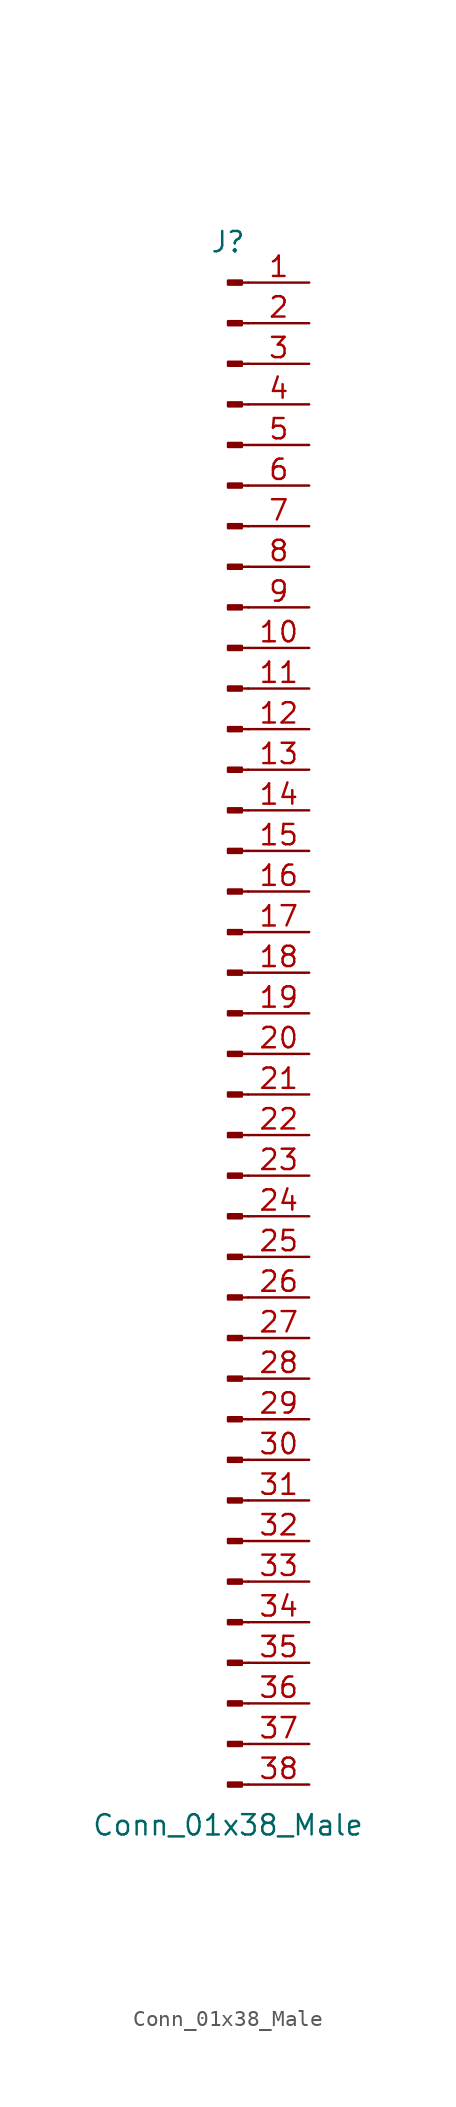
<source format=kicad_sym>
(kicad_symbol_lib
  (version 20211014)
  (generator kicad_symbol_editor)
  (symbol "Conn_01x38_Male"
    (pin_names
      (offset 1.016) hide)
    (property "Reference" "J"
      (at 0 48.26 0)
      (effects (font (size 1.27 1.27))))
    (property "Value" "Conn_01x38_Male"
      (at 0 -50.8 0)
      (effects (font (size 1.27 1.27))))
    (symbol "Conn_01x38_Male_1_1"
      (polyline (pts (xy 1.27 -48.26) (xy 0.864 -48.26)) (stroke (width 0.152) (type default) (color 0 0 0 0)) (fill (type none)))
      (polyline (pts (xy 1.27 -45.72) (xy 0.864 -45.72)) (stroke (width 0.152) (type default) (color 0 0 0 0)) (fill (type none)))
      (polyline (pts (xy 1.27 -43.18) (xy 0.864 -43.18)) (stroke (width 0.152) (type default) (color 0 0 0 0)) (fill (type none)))
      (polyline (pts (xy 1.27 -40.64) (xy 0.864 -40.64)) (stroke (width 0.152) (type default) (color 0 0 0 0)) (fill (type none)))
      (polyline (pts (xy 1.27 -38.1) (xy 0.864 -38.1)) (stroke (width 0.152) (type default) (color 0 0 0 0)) (fill (type none)))
      (polyline (pts (xy 1.27 -35.56) (xy 0.864 -35.56)) (stroke (width 0.152) (type default) (color 0 0 0 0)) (fill (type none)))
      (polyline (pts (xy 1.27 -33.02) (xy 0.864 -33.02)) (stroke (width 0.152) (type default) (color 0 0 0 0)) (fill (type none)))
      (polyline (pts (xy 1.27 -30.48) (xy 0.864 -30.48)) (stroke (width 0.152) (type default) (color 0 0 0 0)) (fill (type none)))
      (polyline (pts (xy 1.27 -27.94) (xy 0.864 -27.94)) (stroke (width 0.152) (type default) (color 0 0 0 0)) (fill (type none)))
      (polyline (pts (xy 1.27 -25.4) (xy 0.864 -25.4)) (stroke (width 0.152) (type default) (color 0 0 0 0)) (fill (type none)))
      (polyline (pts (xy 1.27 -22.86) (xy 0.864 -22.86)) (stroke (width 0.152) (type default) (color 0 0 0 0)) (fill (type none)))
      (polyline (pts (xy 1.27 -20.32) (xy 0.864 -20.32)) (stroke (width 0.152) (type default) (color 0 0 0 0)) (fill (type none)))
      (polyline (pts (xy 1.27 -17.78) (xy 0.864 -17.78)) (stroke (width 0.152) (type default) (color 0 0 0 0)) (fill (type none)))
      (polyline (pts (xy 1.27 -15.24) (xy 0.864 -15.24)) (stroke (width 0.152) (type default) (color 0 0 0 0)) (fill (type none)))
      (polyline (pts (xy 1.27 -12.7) (xy 0.864 -12.7)) (stroke (width 0.152) (type default) (color 0 0 0 0)) (fill (type none)))
      (polyline (pts (xy 1.27 -10.16) (xy 0.864 -10.16)) (stroke (width 0.152) (type default) (color 0 0 0 0)) (fill (type none)))
      (polyline (pts (xy 1.27 -7.62) (xy 0.864 -7.62)) (stroke (width 0.152) (type default) (color 0 0 0 0)) (fill (type none)))
      (polyline (pts (xy 1.27 -5.08) (xy 0.864 -5.08)) (stroke (width 0.152) (type default) (color 0 0 0 0)) (fill (type none)))
      (polyline (pts (xy 1.27 -2.54) (xy 0.864 -2.54)) (stroke (width 0.152) (type default) (color 0 0 0 0)) (fill (type none)))
      (polyline (pts (xy 1.27 0) (xy 0.864 0)) (stroke (width 0.152) (type default) (color 0 0 0 0)) (fill (type none)))
      (polyline (pts (xy 1.27 2.54) (xy 0.864 2.54)) (stroke (width 0.152) (type default) (color 0 0 0 0)) (fill (type none)))
      (polyline (pts (xy 1.27 5.08) (xy 0.864 5.08)) (stroke (width 0.152) (type default) (color 0 0 0 0)) (fill (type none)))
      (polyline (pts (xy 1.27 7.62) (xy 0.864 7.62)) (stroke (width 0.152) (type default) (color 0 0 0 0)) (fill (type none)))
      (polyline (pts (xy 1.27 10.16) (xy 0.864 10.16)) (stroke (width 0.152) (type default) (color 0 0 0 0)) (fill (type none)))
      (polyline (pts (xy 1.27 12.7) (xy 0.864 12.7)) (stroke (width 0.152) (type default) (color 0 0 0 0)) (fill (type none)))
      (polyline (pts (xy 1.27 15.24) (xy 0.864 15.24)) (stroke (width 0.152) (type default) (color 0 0 0 0)) (fill (type none)))
      (polyline (pts (xy 1.27 17.78) (xy 0.864 17.78)) (stroke (width 0.152) (type default) (color 0 0 0 0)) (fill (type none)))
      (polyline (pts (xy 1.27 20.32) (xy 0.864 20.32)) (stroke (width 0.152) (type default) (color 0 0 0 0)) (fill (type none)))
      (polyline (pts (xy 1.27 22.86) (xy 0.864 22.86)) (stroke (width 0.152) (type default) (color 0 0 0 0)) (fill (type none)))
      (polyline (pts (xy 1.27 25.4) (xy 0.864 25.4)) (stroke (width 0.152) (type default) (color 0 0 0 0)) (fill (type none)))
      (polyline (pts (xy 1.27 27.94) (xy 0.864 27.94)) (stroke (width 0.152) (type default) (color 0 0 0 0)) (fill (type none)))
      (polyline (pts (xy 1.27 30.48) (xy 0.864 30.48)) (stroke (width 0.152) (type default) (color 0 0 0 0)) (fill (type none)))
      (polyline (pts (xy 1.27 33.02) (xy 0.864 33.02)) (stroke (width 0.152) (type default) (color 0 0 0 0)) (fill (type none)))
      (polyline (pts (xy 1.27 35.56) (xy 0.864 35.56)) (stroke (width 0.152) (type default) (color 0 0 0 0)) (fill (type none)))
      (polyline (pts (xy 1.27 38.1) (xy 0.864 38.1)) (stroke (width 0.152) (type default) (color 0 0 0 0)) (fill (type none)))
      (polyline (pts (xy 1.27 40.64) (xy 0.864 40.64)) (stroke (width 0.152) (type default) (color 0 0 0 0)) (fill (type none)))
      (polyline (pts (xy 1.27 43.18) (xy 0.864 43.18)) (stroke (width 0.152) (type default) (color 0 0 0 0)) (fill (type none)))
      (polyline (pts (xy 1.27 45.72) (xy 0.864 45.72)) (stroke (width 0.152) (type default) (color 0 0 0 0)) (fill (type none)))
      (rectangle (start 0.864 -48.133) (end 0 -48.387) (stroke (width 0.152) (type default) (color 0 0 0 0)) (fill (type outline)))
      (rectangle (start 0.864 -45.593) (end 0 -45.847) (stroke (width 0.152) (type default) (color 0 0 0 0)) (fill (type outline)))
      (rectangle (start 0.864 -43.053) (end 0 -43.307) (stroke (width 0.152) (type default) (color 0 0 0 0)) (fill (type outline)))
      (rectangle (start 0.864 -40.513) (end 0 -40.767) (stroke (width 0.152) (type default) (color 0 0 0 0)) (fill (type outline)))
      (rectangle (start 0.864 -37.973) (end 0 -38.227) (stroke (width 0.152) (type default) (color 0 0 0 0)) (fill (type outline)))
      (rectangle (start 0.864 -35.433) (end 0 -35.687) (stroke (width 0.152) (type default) (color 0 0 0 0)) (fill (type outline)))
      (rectangle (start 0.864 -32.893) (end 0 -33.147) (stroke (width 0.152) (type default) (color 0 0 0 0)) (fill (type outline)))
      (rectangle (start 0.864 -30.353) (end 0 -30.607) (stroke (width 0.152) (type default) (color 0 0 0 0)) (fill (type outline)))
      (rectangle (start 0.864 -27.813) (end 0 -28.067) (stroke (width 0.152) (type default) (color 0 0 0 0)) (fill (type outline)))
      (rectangle (start 0.864 -25.273) (end 0 -25.527) (stroke (width 0.152) (type default) (color 0 0 0 0)) (fill (type outline)))
      (rectangle (start 0.864 -22.733) (end 0 -22.987) (stroke (width 0.152) (type default) (color 0 0 0 0)) (fill (type outline)))
      (rectangle (start 0.864 -20.193) (end 0 -20.447) (stroke (width 0.152) (type default) (color 0 0 0 0)) (fill (type outline)))
      (rectangle (start 0.864 -17.653) (end 0 -17.907) (stroke (width 0.152) (type default) (color 0 0 0 0)) (fill (type outline)))
      (rectangle (start 0.864 -15.113) (end 0 -15.367) (stroke (width 0.152) (type default) (color 0 0 0 0)) (fill (type outline)))
      (rectangle (start 0.864 -12.573) (end 0 -12.827) (stroke (width 0.152) (type default) (color 0 0 0 0)) (fill (type outline)))
      (rectangle (start 0.864 -10.033) (end 0 -10.287) (stroke (width 0.152) (type default) (color 0 0 0 0)) (fill (type outline)))
      (rectangle (start 0.864 -7.493) (end 0 -7.747) (stroke (width 0.152) (type default) (color 0 0 0 0)) (fill (type outline)))
      (rectangle (start 0.864 -4.953) (end 0 -5.207) (stroke (width 0.152) (type default) (color 0 0 0 0)) (fill (type outline)))
      (rectangle (start 0.864 -2.413) (end 0 -2.667) (stroke (width 0.152) (type default) (color 0 0 0 0)) (fill (type outline)))
      (rectangle (start 0.864 0.127) (end 0 -0.127) (stroke (width 0.152) (type default) (color 0 0 0 0)) (fill (type outline)))
      (rectangle (start 0.864 2.667) (end 0 2.413) (stroke (width 0.152) (type default) (color 0 0 0 0)) (fill (type outline)))
      (rectangle (start 0.864 5.207) (end 0 4.953) (stroke (width 0.152) (type default) (color 0 0 0 0)) (fill (type outline)))
      (rectangle (start 0.864 7.747) (end 0 7.493) (stroke (width 0.152) (type default) (color 0 0 0 0)) (fill (type outline)))
      (rectangle (start 0.864 10.287) (end 0 10.033) (stroke (width 0.152) (type default) (color 0 0 0 0)) (fill (type outline)))
      (rectangle (start 0.864 12.827) (end 0 12.573) (stroke (width 0.152) (type default) (color 0 0 0 0)) (fill (type outline)))
      (rectangle (start 0.864 15.367) (end 0 15.113) (stroke (width 0.152) (type default) (color 0 0 0 0)) (fill (type outline)))
      (rectangle (start 0.864 17.907) (end 0 17.653) (stroke (width 0.152) (type default) (color 0 0 0 0)) (fill (type outline)))
      (rectangle (start 0.864 20.447) (end 0 20.193) (stroke (width 0.152) (type default) (color 0 0 0 0)) (fill (type outline)))
      (rectangle (start 0.864 22.987) (end 0 22.733) (stroke (width 0.152) (type default) (color 0 0 0 0)) (fill (type outline)))
      (rectangle (start 0.864 25.527) (end 0 25.273) (stroke (width 0.152) (type default) (color 0 0 0 0)) (fill (type outline)))
      (rectangle (start 0.864 28.067) (end 0 27.813) (stroke (width 0.152) (type default) (color 0 0 0 0)) (fill (type outline)))
      (rectangle (start 0.864 30.607) (end 0 30.353) (stroke (width 0.152) (type default) (color 0 0 0 0)) (fill (type outline)))
      (rectangle (start 0.864 33.147) (end 0 32.893) (stroke (width 0.152) (type default) (color 0 0 0 0)) (fill (type outline)))
      (rectangle (start 0.864 35.687) (end 0 35.433) (stroke (width 0.152) (type default) (color 0 0 0 0)) (fill (type outline)))
      (rectangle (start 0.864 38.227) (end 0 37.973) (stroke (width 0.152) (type default) (color 0 0 0 0)) (fill (type outline)))
      (rectangle (start 0.864 40.767) (end 0 40.513) (stroke (width 0.152) (type default) (color 0 0 0 0)) (fill (type outline)))
      (rectangle (start 0.864 43.307) (end 0 43.053) (stroke (width 0.152) (type default) (color 0 0 0 0)) (fill (type outline)))
      (rectangle (start 0.864 45.847) (end 0 45.593) (stroke (width 0.152) (type default) (color 0 0 0 0)) (fill (type outline)))
      (pin passive line (at 5.08 45.72 180) (length 3.81) (name "Pin_1" (effects (font (size 1.27 1.27)))) (number "1" (effects (font (size 1.27 1.27)))))
      (pin passive line (at 5.08 22.86 180) (length 3.81) (name "Pin_10" (effects (font (size 1.27 1.27)))) (number "10" (effects (font (size 1.27 1.27)))))
      (pin passive line (at 5.08 20.32 180) (length 3.81) (name "Pin_11" (effects (font (size 1.27 1.27)))) (number "11" (effects (font (size 1.27 1.27)))))
      (pin passive line (at 5.08 17.78 180) (length 3.81) (name "Pin_12" (effects (font (size 1.27 1.27)))) (number "12" (effects (font (size 1.27 1.27)))))
      (pin passive line (at 5.08 15.24 180) (length 3.81) (name "Pin_13" (effects (font (size 1.27 1.27)))) (number "13" (effects (font (size 1.27 1.27)))))
      (pin passive line (at 5.08 12.7 180) (length 3.81) (name "Pin_14" (effects (font (size 1.27 1.27)))) (number "14" (effects (font (size 1.27 1.27)))))
      (pin passive line (at 5.08 10.16 180) (length 3.81) (name "Pin_15" (effects (font (size 1.27 1.27)))) (number "15" (effects (font (size 1.27 1.27)))))
      (pin passive line (at 5.08 7.62 180) (length 3.81) (name "Pin_16" (effects (font (size 1.27 1.27)))) (number "16" (effects (font (size 1.27 1.27)))))
      (pin passive line (at 5.08 5.08 180) (length 3.81) (name "Pin_17" (effects (font (size 1.27 1.27)))) (number "17" (effects (font (size 1.27 1.27)))))
      (pin passive line (at 5.08 2.54 180) (length 3.81) (name "Pin_18" (effects (font (size 1.27 1.27)))) (number "18" (effects (font (size 1.27 1.27)))))
      (pin passive line (at 5.08 0 180) (length 3.81) (name "Pin_19" (effects (font (size 1.27 1.27)))) (number "19" (effects (font (size 1.27 1.27)))))
      (pin passive line (at 5.08 43.18 180) (length 3.81) (name "Pin_2" (effects (font (size 1.27 1.27)))) (number "2" (effects (font (size 1.27 1.27)))))
      (pin passive line (at 5.08 -2.54 180) (length 3.81) (name "Pin_20" (effects (font (size 1.27 1.27)))) (number "20" (effects (font (size 1.27 1.27)))))
      (pin passive line (at 5.08 -5.08 180) (length 3.81) (name "Pin_21" (effects (font (size 1.27 1.27)))) (number "21" (effects (font (size 1.27 1.27)))))
      (pin passive line (at 5.08 -7.62 180) (length 3.81) (name "Pin_22" (effects (font (size 1.27 1.27)))) (number "22" (effects (font (size 1.27 1.27)))))
      (pin passive line (at 5.08 -10.16 180) (length 3.81) (name "Pin_23" (effects (font (size 1.27 1.27)))) (number "23" (effects (font (size 1.27 1.27)))))
      (pin passive line (at 5.08 -12.7 180) (length 3.81) (name "Pin_24" (effects (font (size 1.27 1.27)))) (number "24" (effects (font (size 1.27 1.27)))))
      (pin passive line (at 5.08 -15.24 180) (length 3.81) (name "Pin_25" (effects (font (size 1.27 1.27)))) (number "25" (effects (font (size 1.27 1.27)))))
      (pin passive line (at 5.08 -17.78 180) (length 3.81) (name "Pin_26" (effects (font (size 1.27 1.27)))) (number "26" (effects (font (size 1.27 1.27)))))
      (pin passive line (at 5.08 -20.32 180) (length 3.81) (name "Pin_27" (effects (font (size 1.27 1.27)))) (number "27" (effects (font (size 1.27 1.27)))))
      (pin passive line (at 5.08 -22.86 180) (length 3.81) (name "Pin_28" (effects (font (size 1.27 1.27)))) (number "28" (effects (font (size 1.27 1.27)))))
      (pin passive line (at 5.08 -25.4 180) (length 3.81) (name "Pin_29" (effects (font (size 1.27 1.27)))) (number "29" (effects (font (size 1.27 1.27)))))
      (pin passive line (at 5.08 40.64 180) (length 3.81) (name "Pin_3" (effects (font (size 1.27 1.27)))) (number "3" (effects (font (size 1.27 1.27)))))
      (pin passive line (at 5.08 -27.94 180) (length 3.81) (name "Pin_30" (effects (font (size 1.27 1.27)))) (number "30" (effects (font (size 1.27 1.27)))))
      (pin passive line (at 5.08 -30.48 180) (length 3.81) (name "Pin_31" (effects (font (size 1.27 1.27)))) (number "31" (effects (font (size 1.27 1.27)))))
      (pin passive line (at 5.08 -33.02 180) (length 3.81) (name "Pin_32" (effects (font (size 1.27 1.27)))) (number "32" (effects (font (size 1.27 1.27)))))
      (pin passive line (at 5.08 -35.56 180) (length 3.81) (name "Pin_33" (effects (font (size 1.27 1.27)))) (number "33" (effects (font (size 1.27 1.27)))))
      (pin passive line (at 5.08 -38.1 180) (length 3.81) (name "Pin_34" (effects (font (size 1.27 1.27)))) (number "34" (effects (font (size 1.27 1.27)))))
      (pin passive line (at 5.08 -40.64 180) (length 3.81) (name "Pin_35" (effects (font (size 1.27 1.27)))) (number "35" (effects (font (size 1.27 1.27)))))
      (pin passive line (at 5.08 -43.18 180) (length 3.81) (name "Pin_36" (effects (font (size 1.27 1.27)))) (number "36" (effects (font (size 1.27 1.27)))))
      (pin passive line (at 5.08 -45.72 180) (length 3.81) (name "Pin_37" (effects (font (size 1.27 1.27)))) (number "37" (effects (font (size 1.27 1.27)))))
      (pin passive line (at 5.08 -48.26 180) (length 3.81) (name "Pin_38" (effects (font (size 1.27 1.27)))) (number "38" (effects (font (size 1.27 1.27)))))
      (pin passive line (at 5.08 38.1 180) (length 3.81) (name "Pin_4" (effects (font (size 1.27 1.27)))) (number "4" (effects (font (size 1.27 1.27)))))
      (pin passive line (at 5.08 35.56 180) (length 3.81) (name "Pin_5" (effects (font (size 1.27 1.27)))) (number "5" (effects (font (size 1.27 1.27)))))
      (pin passive line (at 5.08 33.02 180) (length 3.81) (name "Pin_6" (effects (font (size 1.27 1.27)))) (number "6" (effects (font (size 1.27 1.27)))))
      (pin passive line (at 5.08 30.48 180) (length 3.81) (name "Pin_7" (effects (font (size 1.27 1.27)))) (number "7" (effects (font (size 1.27 1.27)))))
      (pin passive line (at 5.08 27.94 180) (length 3.81) (name "Pin_8" (effects (font (size 1.27 1.27)))) (number "8" (effects (font (size 1.27 1.27)))))
      (pin passive line (at 5.08 25.4 180) (length 3.81) (name "Pin_9" (effects (font (size 1.27 1.27)))) (number "9" (effects (font (size 1.27 1.27))))))))
</source>
